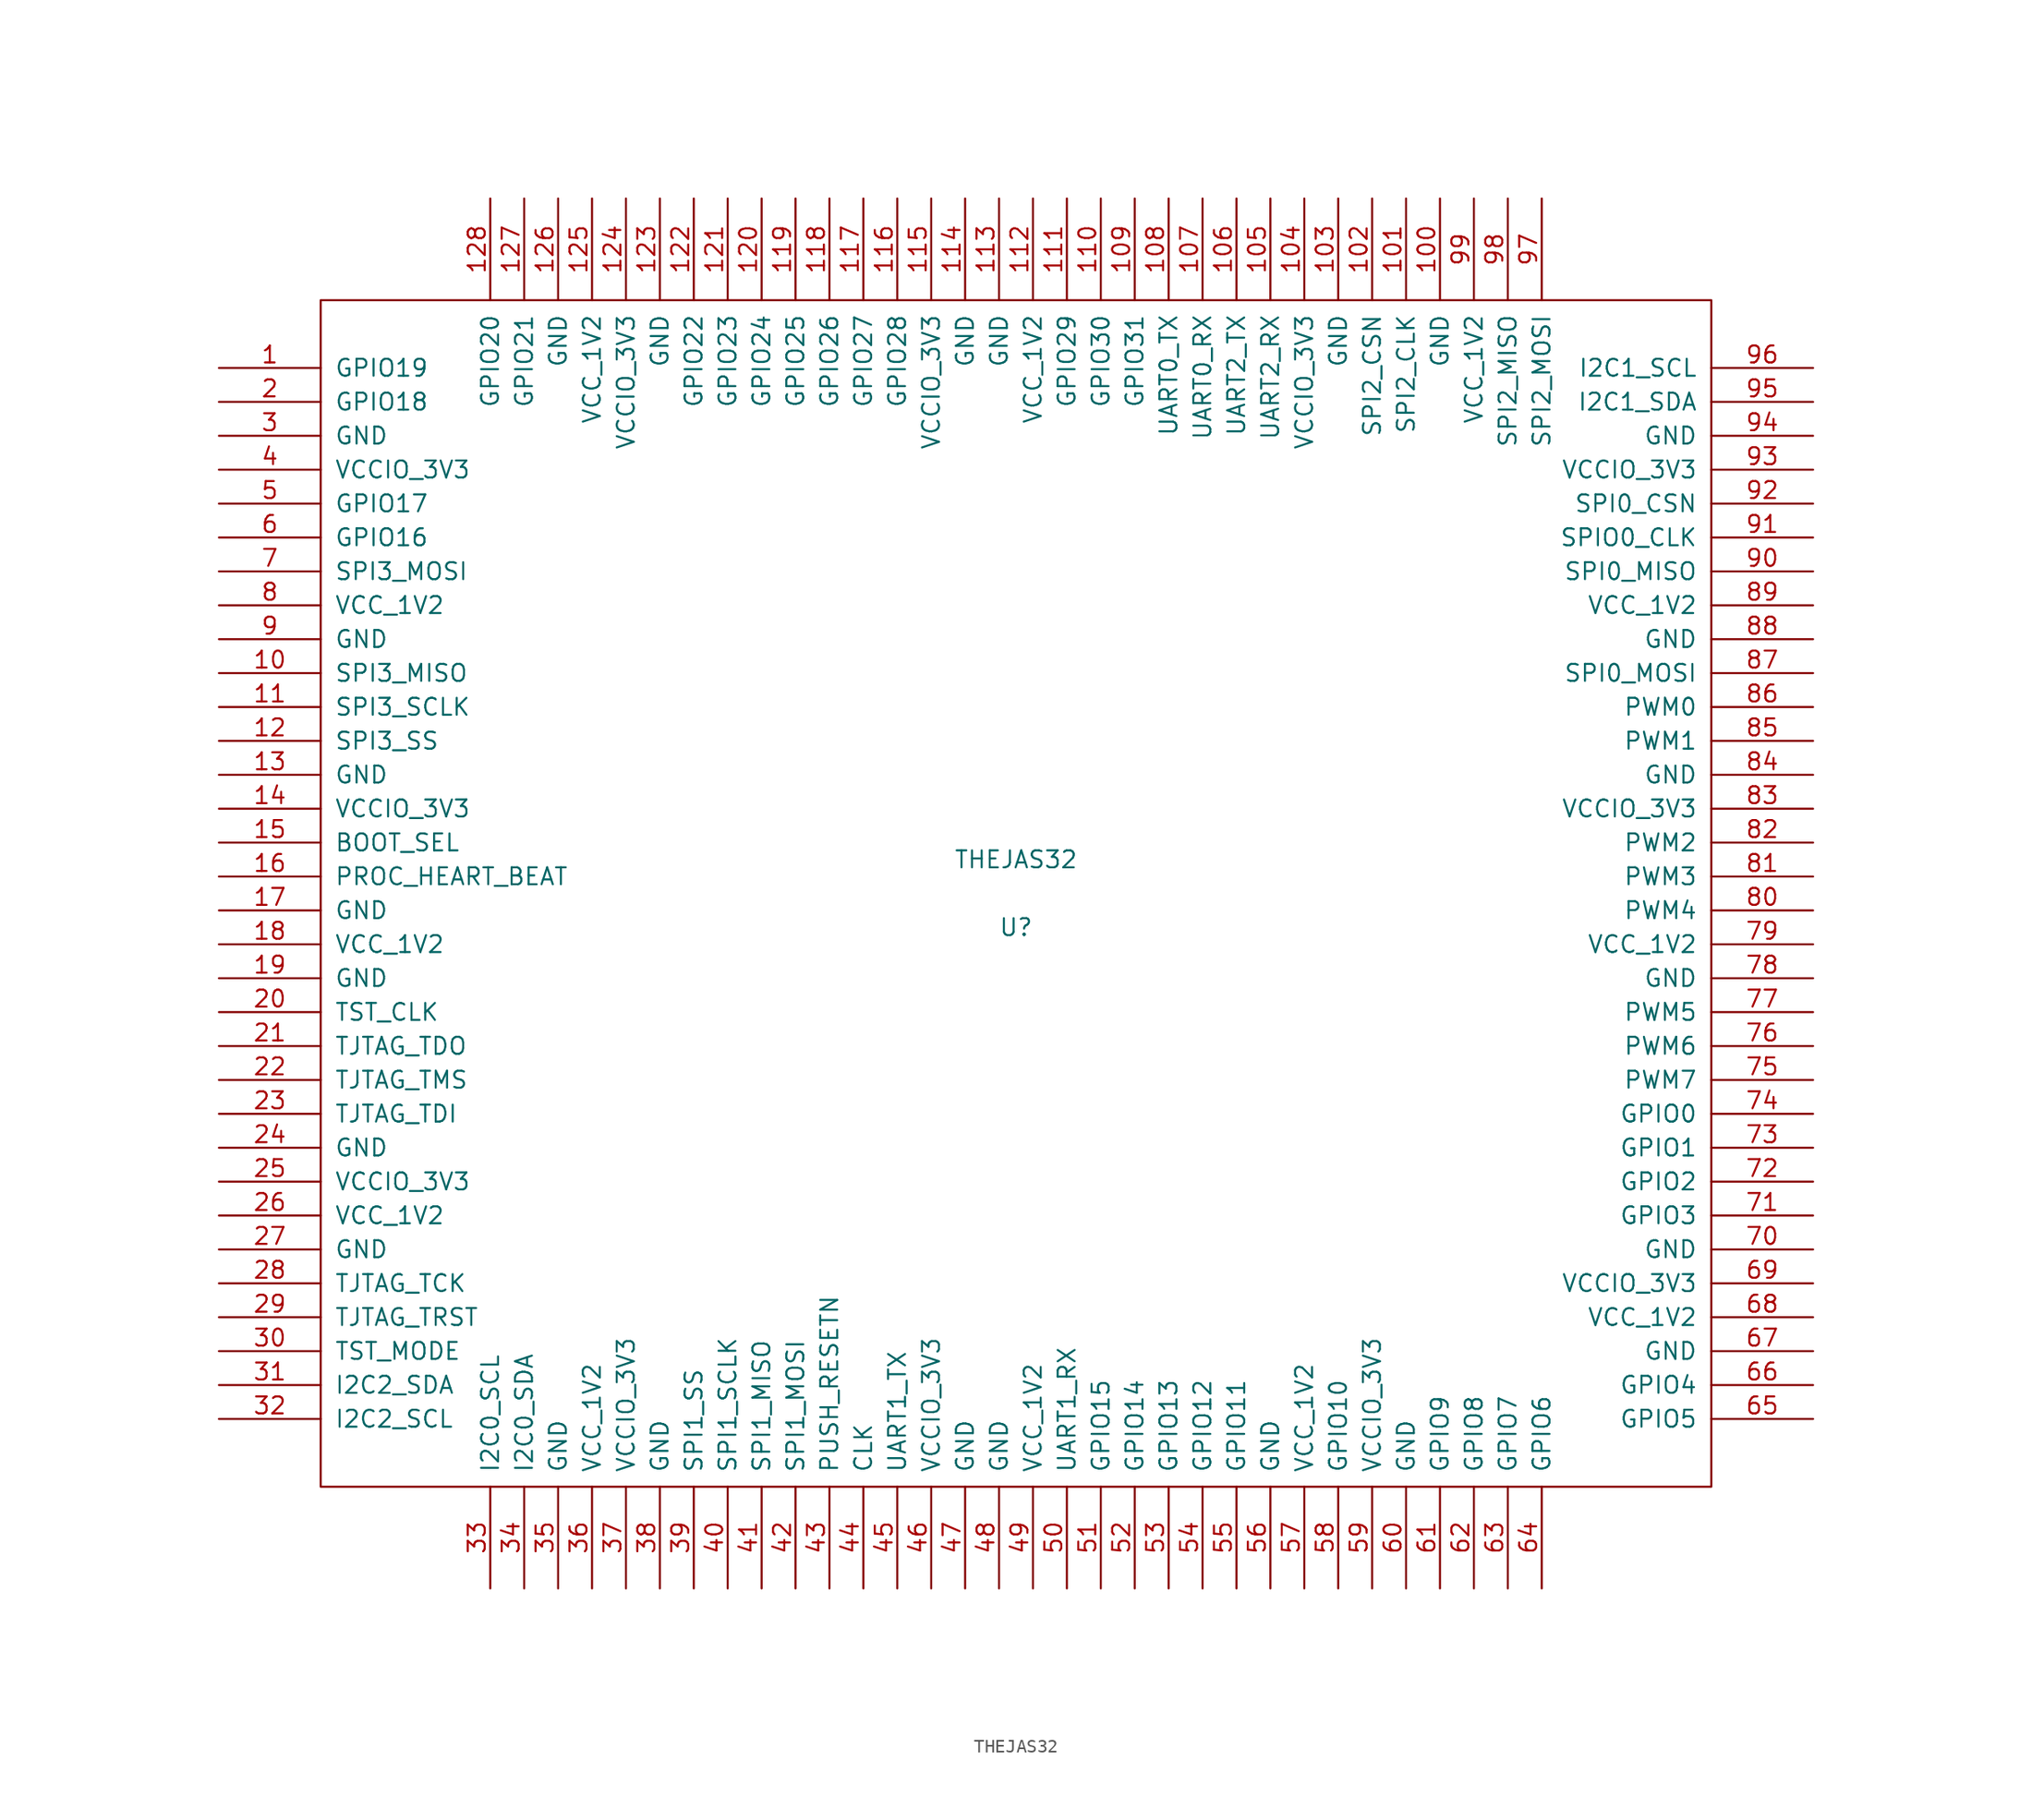
<source format=kicad_sym>
(kicad_symbol_lib
  (version 20231120)
  (generator "kicad_symbol_editor")
  (generator_version "8.0")
  (symbol "THEJAS32"
    (pin_names
      (offset 1.016))
    (property "Reference" "U"
      (at 0 -2.54 0)
      (effects (font (size 1.27 1.27))))
    (property "Value" "THEJAS32"
      (at 0 2.54 0)
      (effects (font (size 1.27 1.27))))
    (symbol "THEJAS32_1_0"
      (rectangle (start -52.07 -44.45) (end 52.07 44.45) (stroke (width 0) (type solid)) (fill (type none))))
    (symbol "THEJAS32_1_1"
      (pin input line (at -59.69 39.37 0) (length 7.62) (name "GPIO19" (effects (font (size 1.27 1.27)))) (number "1" (effects (font (size 1.27 1.27)))))
      (pin input line (at -59.69 16.51 0) (length 7.62) (name "SPI3_MISO" (effects (font (size 1.27 1.27)))) (number "10" (effects (font (size 1.27 1.27)))))
      (pin power_in line (at 31.75 52.07 270) (length 7.62) (name "GND" (effects (font (size 1.27 1.27)))) (number "100" (effects (font (size 1.27 1.27)))))
      (pin output line (at 29.21 52.07 270) (length 7.62) (name "SPI2_CLK" (effects (font (size 1.27 1.27)))) (number "101" (effects (font (size 1.27 1.27)))))
      (pin output line (at 26.67 52.07 270) (length 7.62) (name "SPI2_CSN" (effects (font (size 1.27 1.27)))) (number "102" (effects (font (size 1.27 1.27)))))
      (pin power_in line (at 24.13 52.07 270) (length 7.62) (name "GND" (effects (font (size 1.27 1.27)))) (number "103" (effects (font (size 1.27 1.27)))))
      (pin power_in line (at 21.59 52.07 270) (length 7.62) (name "VCCIO_3V3" (effects (font (size 1.27 1.27)))) (number "104" (effects (font (size 1.27 1.27)))))
      (pin input line (at 19.05 52.07 270) (length 7.62) (name "UART2_RX" (effects (font (size 1.27 1.27)))) (number "105" (effects (font (size 1.27 1.27)))))
      (pin output line (at 16.51 52.07 270) (length 7.62) (name "UART2_TX" (effects (font (size 1.27 1.27)))) (number "106" (effects (font (size 1.27 1.27)))))
      (pin input line (at 13.97 52.07 270) (length 7.62) (name "UART0_RX" (effects (font (size 1.27 1.27)))) (number "107" (effects (font (size 1.27 1.27)))))
      (pin output line (at 11.43 52.07 270) (length 7.62) (name "UART0_TX" (effects (font (size 1.27 1.27)))) (number "108" (effects (font (size 1.27 1.27)))))
      (pin input line (at 8.89 52.07 270) (length 7.62) (name "GPIO31" (effects (font (size 1.27 1.27)))) (number "109" (effects (font (size 1.27 1.27)))))
      (pin output line (at -59.69 13.97 0) (length 7.62) (name "SPI3_SCLK" (effects (font (size 1.27 1.27)))) (number "11" (effects (font (size 1.27 1.27)))))
      (pin input line (at 6.35 52.07 270) (length 7.62) (name "GPIO30" (effects (font (size 1.27 1.27)))) (number "110" (effects (font (size 1.27 1.27)))))
      (pin input line (at 3.81 52.07 270) (length 7.62) (name "GPIO29" (effects (font (size 1.27 1.27)))) (number "111" (effects (font (size 1.27 1.27)))))
      (pin power_in line (at 1.27 52.07 270) (length 7.62) (name "VCC_1V2" (effects (font (size 1.27 1.27)))) (number "112" (effects (font (size 1.27 1.27)))))
      (pin power_in line (at -1.27 52.07 270) (length 7.62) (name "GND" (effects (font (size 1.27 1.27)))) (number "113" (effects (font (size 1.27 1.27)))))
      (pin power_in line (at -3.81 52.07 270) (length 7.62) (name "GND" (effects (font (size 1.27 1.27)))) (number "114" (effects (font (size 1.27 1.27)))))
      (pin power_in line (at -6.35 52.07 270) (length 7.62) (name "VCCIO_3V3" (effects (font (size 1.27 1.27)))) (number "115" (effects (font (size 1.27 1.27)))))
      (pin input line (at -8.89 52.07 270) (length 7.62) (name "GPIO28" (effects (font (size 1.27 1.27)))) (number "116" (effects (font (size 1.27 1.27)))))
      (pin input line (at -11.43 52.07 270) (length 7.62) (name "GPIO27" (effects (font (size 1.27 1.27)))) (number "117" (effects (font (size 1.27 1.27)))))
      (pin input line (at -13.97 52.07 270) (length 7.62) (name "GPIO26" (effects (font (size 1.27 1.27)))) (number "118" (effects (font (size 1.27 1.27)))))
      (pin input line (at -16.51 52.07 270) (length 7.62) (name "GPIO25" (effects (font (size 1.27 1.27)))) (number "119" (effects (font (size 1.27 1.27)))))
      (pin output line (at -59.69 11.43 0) (length 7.62) (name "SPI3_SS" (effects (font (size 1.27 1.27)))) (number "12" (effects (font (size 1.27 1.27)))))
      (pin input line (at -19.05 52.07 270) (length 7.62) (name "GPIO24" (effects (font (size 1.27 1.27)))) (number "120" (effects (font (size 1.27 1.27)))))
      (pin input line (at -21.59 52.07 270) (length 7.62) (name "GPIO23" (effects (font (size 1.27 1.27)))) (number "121" (effects (font (size 1.27 1.27)))))
      (pin input line (at -24.13 52.07 270) (length 7.62) (name "GPIO22" (effects (font (size 1.27 1.27)))) (number "122" (effects (font (size 1.27 1.27)))))
      (pin power_in line (at -26.67 52.07 270) (length 7.62) (name "GND" (effects (font (size 1.27 1.27)))) (number "123" (effects (font (size 1.27 1.27)))))
      (pin power_in line (at -29.21 52.07 270) (length 7.62) (name "VCCIO_3V3" (effects (font (size 1.27 1.27)))) (number "124" (effects (font (size 1.27 1.27)))))
      (pin power_in line (at -31.75 52.07 270) (length 7.62) (name "VCC_1V2" (effects (font (size 1.27 1.27)))) (number "125" (effects (font (size 1.27 1.27)))))
      (pin power_in line (at -34.29 52.07 270) (length 7.62) (name "GND" (effects (font (size 1.27 1.27)))) (number "126" (effects (font (size 1.27 1.27)))))
      (pin input line (at -36.83 52.07 270) (length 7.62) (name "GPIO21" (effects (font (size 1.27 1.27)))) (number "127" (effects (font (size 1.27 1.27)))))
      (pin input line (at -39.37 52.07 270) (length 7.62) (name "GPIO20" (effects (font (size 1.27 1.27)))) (number "128" (effects (font (size 1.27 1.27)))))
      (pin power_in line (at -59.69 8.89 0) (length 7.62) (name "GND" (effects (font (size 1.27 1.27)))) (number "13" (effects (font (size 1.27 1.27)))))
      (pin power_in line (at -59.69 6.35 0) (length 7.62) (name "VCCIO_3V3" (effects (font (size 1.27 1.27)))) (number "14" (effects (font (size 1.27 1.27)))))
      (pin input line (at -59.69 3.81 0) (length 7.62) (name "BOOT_SEL" (effects (font (size 1.27 1.27)))) (number "15" (effects (font (size 1.27 1.27)))))
      (pin input line (at -59.69 1.27 0) (length 7.62) (name "PROC_HEART_BEAT" (effects (font (size 1.27 1.27)))) (number "16" (effects (font (size 1.27 1.27)))))
      (pin power_in line (at -59.69 -1.27 0) (length 7.62) (name "GND" (effects (font (size 1.27 1.27)))) (number "17" (effects (font (size 1.27 1.27)))))
      (pin power_in line (at -59.69 -3.81 0) (length 7.62) (name "VCC_1V2" (effects (font (size 1.27 1.27)))) (number "18" (effects (font (size 1.27 1.27)))))
      (pin power_in line (at -59.69 -6.35 0) (length 7.62) (name "GND" (effects (font (size 1.27 1.27)))) (number "19" (effects (font (size 1.27 1.27)))))
      (pin input line (at -59.69 36.83 0) (length 7.62) (name "GPIO18" (effects (font (size 1.27 1.27)))) (number "2" (effects (font (size 1.27 1.27)))))
      (pin input line (at -59.69 -8.89 0) (length 7.62) (name "TST_CLK" (effects (font (size 1.27 1.27)))) (number "20" (effects (font (size 1.27 1.27)))))
      (pin input line (at -59.69 -11.43 0) (length 7.62) (name "TJTAG_TDO" (effects (font (size 1.27 1.27)))) (number "21" (effects (font (size 1.27 1.27)))))
      (pin input line (at -59.69 -13.97 0) (length 7.62) (name "TJTAG_TMS" (effects (font (size 1.27 1.27)))) (number "22" (effects (font (size 1.27 1.27)))))
      (pin input line (at -59.69 -16.51 0) (length 7.62) (name "TJTAG_TDI" (effects (font (size 1.27 1.27)))) (number "23" (effects (font (size 1.27 1.27)))))
      (pin power_in line (at -59.69 -19.05 0) (length 7.62) (name "GND" (effects (font (size 1.27 1.27)))) (number "24" (effects (font (size 1.27 1.27)))))
      (pin power_in line (at -59.69 -21.59 0) (length 7.62) (name "VCCIO_3V3" (effects (font (size 1.27 1.27)))) (number "25" (effects (font (size 1.27 1.27)))))
      (pin power_in line (at -59.69 -24.13 0) (length 7.62) (name "VCC_1V2" (effects (font (size 1.27 1.27)))) (number "26" (effects (font (size 1.27 1.27)))))
      (pin power_in line (at -59.69 -26.67 0) (length 7.62) (name "GND" (effects (font (size 1.27 1.27)))) (number "27" (effects (font (size 1.27 1.27)))))
      (pin input line (at -59.69 -29.21 0) (length 7.62) (name "TJTAG_TCK" (effects (font (size 1.27 1.27)))) (number "28" (effects (font (size 1.27 1.27)))))
      (pin input line (at -59.69 -31.75 0) (length 7.62) (name "TJTAG_TRST" (effects (font (size 1.27 1.27)))) (number "29" (effects (font (size 1.27 1.27)))))
      (pin input line (at -59.69 34.29 0) (length 7.62) (name "GND" (effects (font (size 1.27 1.27)))) (number "3" (effects (font (size 1.27 1.27)))))
      (pin input line (at -59.69 -34.29 0) (length 7.62) (name "TST_MODE" (effects (font (size 1.27 1.27)))) (number "30" (effects (font (size 1.27 1.27)))))
      (pin bidirectional line (at -59.69 -36.83 0) (length 7.62) (name "I2C2_SDA" (effects (font (size 1.27 1.27)))) (number "31" (effects (font (size 1.27 1.27)))))
      (pin bidirectional line (at -59.69 -39.37 0) (length 7.62) (name "I2C2_SCL" (effects (font (size 1.27 1.27)))) (number "32" (effects (font (size 1.27 1.27)))))
      (pin bidirectional line (at -39.37 -52.07 90) (length 7.62) (name "I2C0_SCL" (effects (font (size 1.27 1.27)))) (number "33" (effects (font (size 1.27 1.27)))))
      (pin bidirectional line (at -36.83 -52.07 90) (length 7.62) (name "I2C0_SDA" (effects (font (size 1.27 1.27)))) (number "34" (effects (font (size 1.27 1.27)))))
      (pin power_in line (at -34.29 -52.07 90) (length 7.62) (name "GND" (effects (font (size 1.27 1.27)))) (number "35" (effects (font (size 1.27 1.27)))))
      (pin power_in line (at -31.75 -52.07 90) (length 7.62) (name "VCC_1V2" (effects (font (size 1.27 1.27)))) (number "36" (effects (font (size 1.27 1.27)))))
      (pin power_in line (at -29.21 -52.07 90) (length 7.62) (name "VCCIO_3V3" (effects (font (size 1.27 1.27)))) (number "37" (effects (font (size 1.27 1.27)))))
      (pin power_in line (at -26.67 -52.07 90) (length 7.62) (name "GND" (effects (font (size 1.27 1.27)))) (number "38" (effects (font (size 1.27 1.27)))))
      (pin output line (at -24.13 -52.07 90) (length 7.62) (name "SPI1_SS" (effects (font (size 1.27 1.27)))) (number "39" (effects (font (size 1.27 1.27)))))
      (pin power_in line (at -59.69 31.75 0) (length 7.62) (name "VCCIO_3V3" (effects (font (size 1.27 1.27)))) (number "4" (effects (font (size 1.27 1.27)))))
      (pin output line (at -21.59 -52.07 90) (length 7.62) (name "SPI1_SCLK" (effects (font (size 1.27 1.27)))) (number "40" (effects (font (size 1.27 1.27)))))
      (pin input line (at -19.05 -52.07 90) (length 7.62) (name "SPI1_MISO" (effects (font (size 1.27 1.27)))) (number "41" (effects (font (size 1.27 1.27)))))
      (pin output line (at -16.51 -52.07 90) (length 7.62) (name "SPI1_MOSI" (effects (font (size 1.27 1.27)))) (number "42" (effects (font (size 1.27 1.27)))))
      (pin input line (at -13.97 -52.07 90) (length 7.62) (name "PUSH_RESETN" (effects (font (size 1.27 1.27)))) (number "43" (effects (font (size 1.27 1.27)))))
      (pin input line (at -11.43 -52.07 90) (length 7.62) (name "CLK" (effects (font (size 1.27 1.27)))) (number "44" (effects (font (size 1.27 1.27)))))
      (pin output line (at -8.89 -52.07 90) (length 7.62) (name "UART1_TX" (effects (font (size 1.27 1.27)))) (number "45" (effects (font (size 1.27 1.27)))))
      (pin power_in line (at -6.35 -52.07 90) (length 7.62) (name "VCCIO_3V3" (effects (font (size 1.27 1.27)))) (number "46" (effects (font (size 1.27 1.27)))))
      (pin power_in line (at -3.81 -52.07 90) (length 7.62) (name "GND" (effects (font (size 1.27 1.27)))) (number "47" (effects (font (size 1.27 1.27)))))
      (pin power_in line (at -1.27 -52.07 90) (length 7.62) (name "GND" (effects (font (size 1.27 1.27)))) (number "48" (effects (font (size 1.27 1.27)))))
      (pin power_in line (at 1.27 -52.07 90) (length 7.62) (name "VCC_1V2" (effects (font (size 1.27 1.27)))) (number "49" (effects (font (size 1.27 1.27)))))
      (pin input line (at -59.69 29.21 0) (length 7.62) (name "GPIO17" (effects (font (size 1.27 1.27)))) (number "5" (effects (font (size 1.27 1.27)))))
      (pin input line (at 3.81 -52.07 90) (length 7.62) (name "UART1_RX" (effects (font (size 1.27 1.27)))) (number "50" (effects (font (size 1.27 1.27)))))
      (pin input line (at 6.35 -52.07 90) (length 7.62) (name "GPIO15" (effects (font (size 1.27 1.27)))) (number "51" (effects (font (size 1.27 1.27)))))
      (pin input line (at 8.89 -52.07 90) (length 7.62) (name "GPIO14" (effects (font (size 1.27 1.27)))) (number "52" (effects (font (size 1.27 1.27)))))
      (pin input line (at 11.43 -52.07 90) (length 7.62) (name "GPIO13" (effects (font (size 1.27 1.27)))) (number "53" (effects (font (size 1.27 1.27)))))
      (pin input line (at 13.97 -52.07 90) (length 7.62) (name "GPIO12" (effects (font (size 1.27 1.27)))) (number "54" (effects (font (size 1.27 1.27)))))
      (pin input line (at 16.51 -52.07 90) (length 7.62) (name "GPIO11" (effects (font (size 1.27 1.27)))) (number "55" (effects (font (size 1.27 1.27)))))
      (pin power_in line (at 19.05 -52.07 90) (length 7.62) (name "GND" (effects (font (size 1.27 1.27)))) (number "56" (effects (font (size 1.27 1.27)))))
      (pin power_in line (at 21.59 -52.07 90) (length 7.62) (name "VCC_1V2" (effects (font (size 1.27 1.27)))) (number "57" (effects (font (size 1.27 1.27)))))
      (pin input line (at 24.13 -52.07 90) (length 7.62) (name "GPIO10" (effects (font (size 1.27 1.27)))) (number "58" (effects (font (size 1.27 1.27)))))
      (pin power_in line (at 26.67 -52.07 90) (length 7.62) (name "VCCIO_3V3" (effects (font (size 1.27 1.27)))) (number "59" (effects (font (size 1.27 1.27)))))
      (pin input line (at -59.69 26.67 0) (length 7.62) (name "GPIO16" (effects (font (size 1.27 1.27)))) (number "6" (effects (font (size 1.27 1.27)))))
      (pin power_in line (at 29.21 -52.07 90) (length 7.62) (name "GND" (effects (font (size 1.27 1.27)))) (number "60" (effects (font (size 1.27 1.27)))))
      (pin input line (at 31.75 -52.07 90) (length 7.62) (name "GPIO9" (effects (font (size 1.27 1.27)))) (number "61" (effects (font (size 1.27 1.27)))))
      (pin input line (at 34.29 -52.07 90) (length 7.62) (name "GPIO8" (effects (font (size 1.27 1.27)))) (number "62" (effects (font (size 1.27 1.27)))))
      (pin input line (at 36.83 -52.07 90) (length 7.62) (name "GPIO7" (effects (font (size 1.27 1.27)))) (number "63" (effects (font (size 1.27 1.27)))))
      (pin input line (at 39.37 -52.07 90) (length 7.62) (name "GPIO6" (effects (font (size 1.27 1.27)))) (number "64" (effects (font (size 1.27 1.27)))))
      (pin input line (at 59.69 -39.37 180) (length 7.62) (name "GPIO5" (effects (font (size 1.27 1.27)))) (number "65" (effects (font (size 1.27 1.27)))))
      (pin input line (at 59.69 -36.83 180) (length 7.62) (name "GPIO4" (effects (font (size 1.27 1.27)))) (number "66" (effects (font (size 1.27 1.27)))))
      (pin power_in line (at 59.69 -34.29 180) (length 7.62) (name "GND" (effects (font (size 1.27 1.27)))) (number "67" (effects (font (size 1.27 1.27)))))
      (pin power_in line (at 59.69 -31.75 180) (length 7.62) (name "VCC_1V2" (effects (font (size 1.27 1.27)))) (number "68" (effects (font (size 1.27 1.27)))))
      (pin power_in line (at 59.69 -29.21 180) (length 7.62) (name "VCCIO_3V3" (effects (font (size 1.27 1.27)))) (number "69" (effects (font (size 1.27 1.27)))))
      (pin output line (at -59.69 24.13 0) (length 7.62) (name "SPI3_MOSI" (effects (font (size 1.27 1.27)))) (number "7" (effects (font (size 1.27 1.27)))))
      (pin power_in line (at 59.69 -26.67 180) (length 7.62) (name "GND" (effects (font (size 1.27 1.27)))) (number "70" (effects (font (size 1.27 1.27)))))
      (pin input line (at 59.69 -24.13 180) (length 7.62) (name "GPIO3" (effects (font (size 1.27 1.27)))) (number "71" (effects (font (size 1.27 1.27)))))
      (pin input line (at 59.69 -21.59 180) (length 7.62) (name "GPIO2" (effects (font (size 1.27 1.27)))) (number "72" (effects (font (size 1.27 1.27)))))
      (pin input line (at 59.69 -19.05 180) (length 7.62) (name "GPIO1" (effects (font (size 1.27 1.27)))) (number "73" (effects (font (size 1.27 1.27)))))
      (pin input line (at 59.69 -16.51 180) (length 7.62) (name "GPIO0" (effects (font (size 1.27 1.27)))) (number "74" (effects (font (size 1.27 1.27)))))
      (pin output line (at 59.69 -13.97 180) (length 7.62) (name "PWM7" (effects (font (size 1.27 1.27)))) (number "75" (effects (font (size 1.27 1.27)))))
      (pin output line (at 59.69 -11.43 180) (length 7.62) (name "PWM6" (effects (font (size 1.27 1.27)))) (number "76" (effects (font (size 1.27 1.27)))))
      (pin output line (at 59.69 -8.89 180) (length 7.62) (name "PWM5" (effects (font (size 1.27 1.27)))) (number "77" (effects (font (size 1.27 1.27)))))
      (pin power_in line (at 59.69 -6.35 180) (length 7.62) (name "GND" (effects (font (size 1.27 1.27)))) (number "78" (effects (font (size 1.27 1.27)))))
      (pin power_in line (at 59.69 -3.81 180) (length 7.62) (name "VCC_1V2" (effects (font (size 1.27 1.27)))) (number "79" (effects (font (size 1.27 1.27)))))
      (pin power_in line (at -59.69 21.59 0) (length 7.62) (name "VCC_1V2" (effects (font (size 1.27 1.27)))) (number "8" (effects (font (size 1.27 1.27)))))
      (pin output line (at 59.69 -1.27 180) (length 7.62) (name "PWM4" (effects (font (size 1.27 1.27)))) (number "80" (effects (font (size 1.27 1.27)))))
      (pin output line (at 59.69 1.27 180) (length 7.62) (name "PWM3" (effects (font (size 1.27 1.27)))) (number "81" (effects (font (size 1.27 1.27)))))
      (pin output line (at 59.69 3.81 180) (length 7.62) (name "PWM2" (effects (font (size 1.27 1.27)))) (number "82" (effects (font (size 1.27 1.27)))))
      (pin power_in line (at 59.69 6.35 180) (length 7.62) (name "VCCIO_3V3" (effects (font (size 1.27 1.27)))) (number "83" (effects (font (size 1.27 1.27)))))
      (pin power_in line (at 59.69 8.89 180) (length 7.62) (name "GND" (effects (font (size 1.27 1.27)))) (number "84" (effects (font (size 1.27 1.27)))))
      (pin output line (at 59.69 11.43 180) (length 7.62) (name "PWM1" (effects (font (size 1.27 1.27)))) (number "85" (effects (font (size 1.27 1.27)))))
      (pin output line (at 59.69 13.97 180) (length 7.62) (name "PWM0" (effects (font (size 1.27 1.27)))) (number "86" (effects (font (size 1.27 1.27)))))
      (pin output line (at 59.69 16.51 180) (length 7.62) (name "SPI0_MOSI" (effects (font (size 1.27 1.27)))) (number "87" (effects (font (size 1.27 1.27)))))
      (pin power_in line (at 59.69 19.05 180) (length 7.62) (name "GND" (effects (font (size 1.27 1.27)))) (number "88" (effects (font (size 1.27 1.27)))))
      (pin power_in line (at 59.69 21.59 180) (length 7.62) (name "VCC_1V2" (effects (font (size 1.27 1.27)))) (number "89" (effects (font (size 1.27 1.27)))))
      (pin power_in line (at -59.69 19.05 0) (length 7.62) (name "GND" (effects (font (size 1.27 1.27)))) (number "9" (effects (font (size 1.27 1.27)))))
      (pin input line (at 59.69 24.13 180) (length 7.62) (name "SPI0_MISO" (effects (font (size 1.27 1.27)))) (number "90" (effects (font (size 1.27 1.27)))))
      (pin output line (at 59.69 26.67 180) (length 7.62) (name "SPIO0_CLK" (effects (font (size 1.27 1.27)))) (number "91" (effects (font (size 1.27 1.27)))))
      (pin output line (at 59.69 29.21 180) (length 7.62) (name "SPI0_CSN" (effects (font (size 1.27 1.27)))) (number "92" (effects (font (size 1.27 1.27)))))
      (pin input line (at 59.69 31.75 180) (length 7.62) (name "VCCIO_3V3" (effects (font (size 1.27 1.27)))) (number "93" (effects (font (size 1.27 1.27)))))
      (pin power_in line (at 59.69 34.29 180) (length 7.62) (name "GND" (effects (font (size 1.27 1.27)))) (number "94" (effects (font (size 1.27 1.27)))))
      (pin bidirectional line (at 59.69 36.83 180) (length 7.62) (name "I2C1_SDA" (effects (font (size 1.27 1.27)))) (number "95" (effects (font (size 1.27 1.27)))))
      (pin bidirectional line (at 59.69 39.37 180) (length 7.62) (name "I2C1_SCL" (effects (font (size 1.27 1.27)))) (number "96" (effects (font (size 1.27 1.27)))))
      (pin output line (at 39.37 52.07 270) (length 7.62) (name "SPI2_MOSI" (effects (font (size 1.27 1.27)))) (number "97" (effects (font (size 1.27 1.27)))))
      (pin input line (at 36.83 52.07 270) (length 7.62) (name "SPI2_MISO" (effects (font (size 1.27 1.27)))) (number "98" (effects (font (size 1.27 1.27)))))
      (pin power_in line (at 34.29 52.07 270) (length 7.62) (name "VCC_1V2" (effects (font (size 1.27 1.27)))) (number "99" (effects (font (size 1.27 1.27))))))))
</source>
